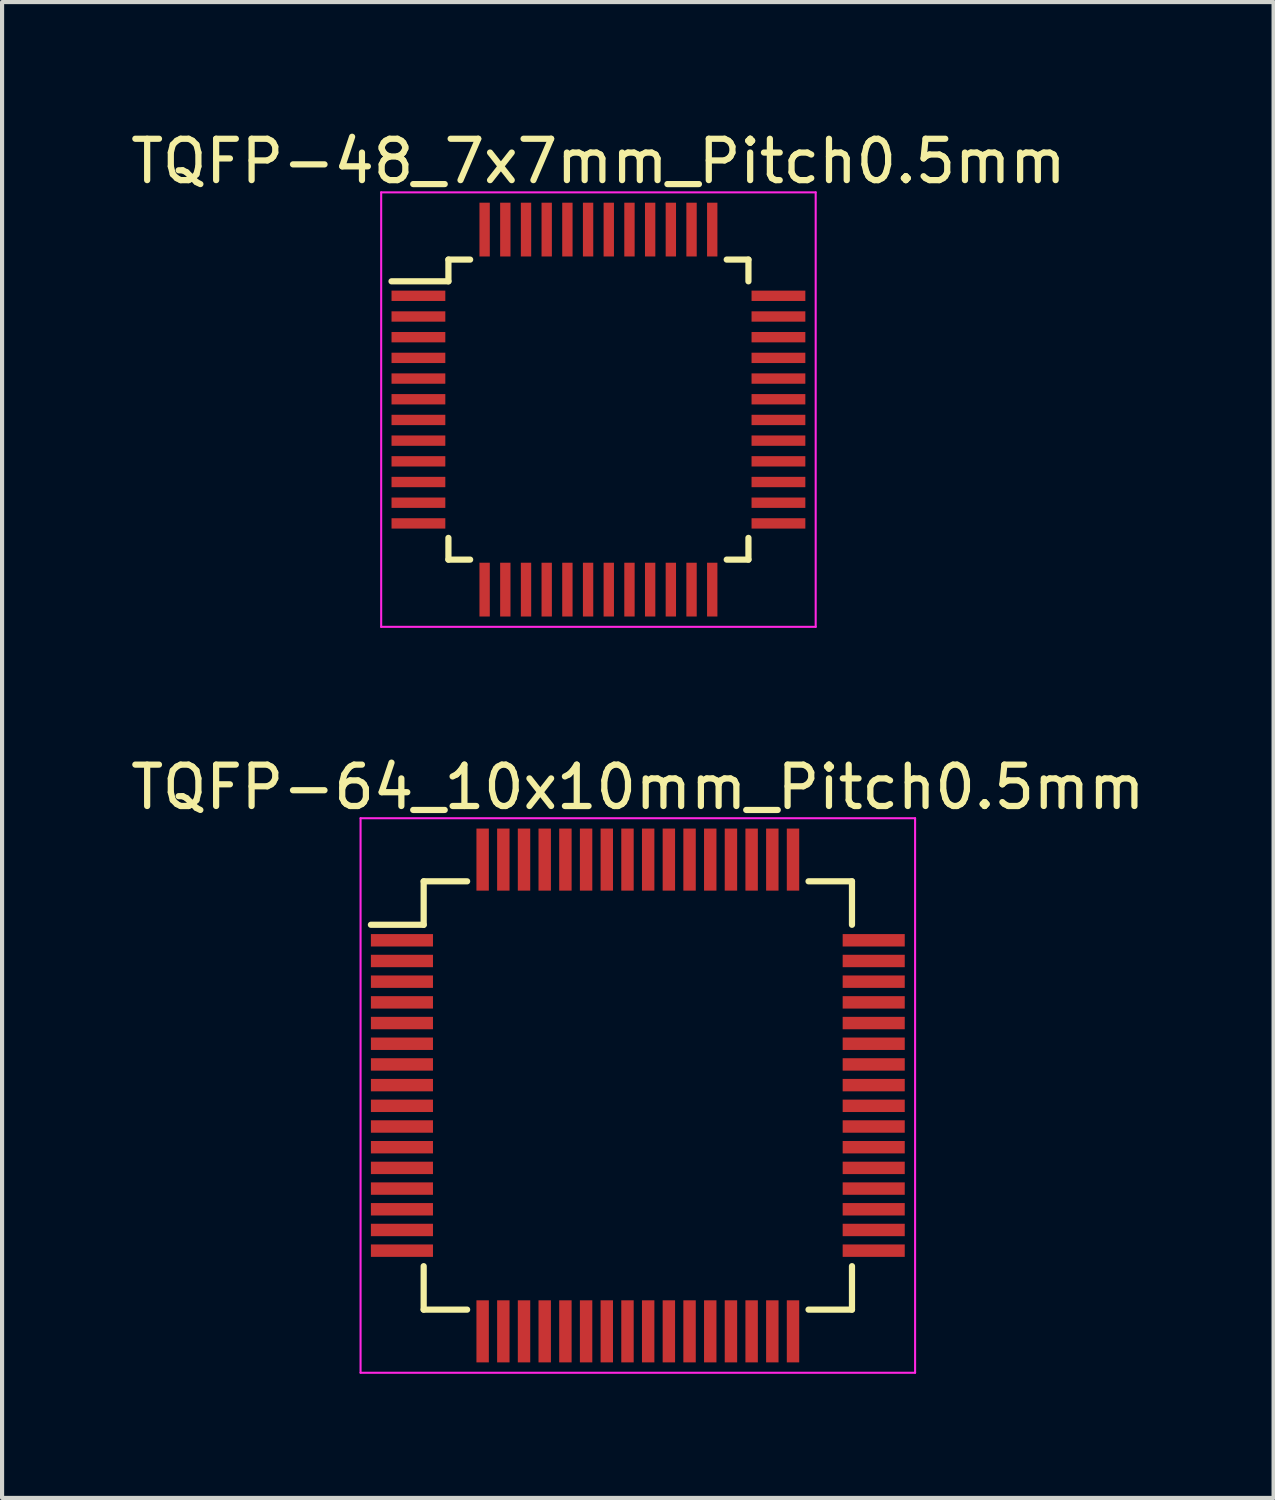
<source format=kicad_pcb>
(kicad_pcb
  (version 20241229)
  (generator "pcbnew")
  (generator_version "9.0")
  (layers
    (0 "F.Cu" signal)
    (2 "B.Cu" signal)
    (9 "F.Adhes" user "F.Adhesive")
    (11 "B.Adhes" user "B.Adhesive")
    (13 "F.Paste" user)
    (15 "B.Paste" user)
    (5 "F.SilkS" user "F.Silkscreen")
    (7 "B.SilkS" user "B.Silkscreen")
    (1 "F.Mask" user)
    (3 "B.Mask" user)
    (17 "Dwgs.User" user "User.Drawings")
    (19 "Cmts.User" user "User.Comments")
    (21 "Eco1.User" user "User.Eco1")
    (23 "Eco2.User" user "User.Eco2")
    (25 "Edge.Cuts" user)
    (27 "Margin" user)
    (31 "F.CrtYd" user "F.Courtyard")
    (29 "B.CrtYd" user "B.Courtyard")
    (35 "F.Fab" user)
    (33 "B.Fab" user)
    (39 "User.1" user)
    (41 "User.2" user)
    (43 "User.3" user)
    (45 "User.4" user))
  (footprint "TQFP-48_7x7mm_Pitch0.5mm"
    (layer "F.Cu")
    (at 11.411 6.848)
    (property "Reference" "TQFP-48_7x7mm_Pitch0.5mm" (at 0 -6 0) (layer "F.SilkS") (effects (font (size 1 1) (thickness 0.15))))
    (attr smd)
    (fp_line (start -3.625 -3.625) (end -3.625 -3.1) (stroke (width 0.15) (type solid)) (layer "F.SilkS"))
    (fp_line (start -3.625 -3.625) (end -3.1 -3.625) (stroke (width 0.15) (type solid)) (layer "F.SilkS"))
    (fp_line (start -3.625 -3.1) (end -5 -3.1) (stroke (width 0.15) (type solid)) (layer "F.SilkS"))
    (fp_line (start -3.625 3.625) (end -3.625 3.1) (stroke (width 0.15) (type solid)) (layer "F.SilkS"))
    (fp_line (start -3.625 3.625) (end -3.1 3.625) (stroke (width 0.15) (type solid)) (layer "F.SilkS"))
    (fp_line (start 3.625 -3.625) (end 3.1 -3.625) (stroke (width 0.15) (type solid)) (layer "F.SilkS"))
    (fp_line (start 3.625 -3.625) (end 3.625 -3.1) (stroke (width 0.15) (type solid)) (layer "F.SilkS"))
    (fp_line (start 3.625 3.625) (end 3.1 3.625) (stroke (width 0.15) (type solid)) (layer "F.SilkS"))
    (fp_line (start 3.625 3.625) (end 3.625 3.1) (stroke (width 0.15) (type solid)) (layer "F.SilkS"))
    (fp_line (start -5.25 -5.25) (end -5.25 5.25) (stroke (width 0.05) (type solid)) (layer "F.CrtYd"))
    (fp_line (start -5.25 -5.25) (end 5.25 -5.25) (stroke (width 0.05) (type solid)) (layer "F.CrtYd"))
    (fp_line (start -5.25 5.25) (end 5.25 5.25) (stroke (width 0.05) (type solid)) (layer "F.CrtYd"))
    (fp_line (start 5.25 -5.25) (end 5.25 5.25) (stroke (width 0.05) (type solid)) (layer "F.CrtYd"))
    (pad "1" smd rect (at -4.35 -2.75) (size 1.3 0.25) (layers "F.Cu" "F.Mask" "F.Paste"))
    (pad "2" smd rect (at -4.35 -2.25) (size 1.3 0.25) (layers "F.Cu" "F.Mask" "F.Paste"))
    (pad "3" smd rect (at -4.35 -1.75) (size 1.3 0.25) (layers "F.Cu" "F.Mask" "F.Paste"))
    (pad "4" smd rect (at -4.35 -1.25) (size 1.3 0.25) (layers "F.Cu" "F.Mask" "F.Paste"))
    (pad "5" smd rect (at -4.35 -0.75) (size 1.3 0.25) (layers "F.Cu" "F.Mask" "F.Paste"))
    (pad "6" smd rect (at -4.35 -0.25) (size 1.3 0.25) (layers "F.Cu" "F.Mask" "F.Paste"))
    (pad "7" smd rect (at -4.35 0.25) (size 1.3 0.25) (layers "F.Cu" "F.Mask" "F.Paste"))
    (pad "8" smd rect (at -4.35 0.75) (size 1.3 0.25) (layers "F.Cu" "F.Mask" "F.Paste"))
    (pad "9" smd rect (at -4.35 1.25) (size 1.3 0.25) (layers "F.Cu" "F.Mask" "F.Paste"))
    (pad "10" smd rect (at -4.35 1.75) (size 1.3 0.25) (layers "F.Cu" "F.Mask" "F.Paste"))
    (pad "11" smd rect (at -4.35 2.25) (size 1.3 0.25) (layers "F.Cu" "F.Mask" "F.Paste"))
    (pad "12" smd rect (at -4.35 2.75) (size 1.3 0.25) (layers "F.Cu" "F.Mask" "F.Paste"))
    (pad "13" smd rect (at -2.75 4.35 90) (size 1.3 0.25) (layers "F.Cu" "F.Mask" "F.Paste"))
    (pad "14" smd rect (at -2.25 4.35 90) (size 1.3 0.25) (layers "F.Cu" "F.Mask" "F.Paste"))
    (pad "15" smd rect (at -1.75 4.35 90) (size 1.3 0.25) (layers "F.Cu" "F.Mask" "F.Paste"))
    (pad "16" smd rect (at -1.25 4.35 90) (size 1.3 0.25) (layers "F.Cu" "F.Mask" "F.Paste"))
    (pad "17" smd rect (at -0.75 4.35 90) (size 1.3 0.25) (layers "F.Cu" "F.Mask" "F.Paste"))
    (pad "18" smd rect (at -0.25 4.35 90) (size 1.3 0.25) (layers "F.Cu" "F.Mask" "F.Paste"))
    (pad "19" smd rect (at 0.25 4.35 90) (size 1.3 0.25) (layers "F.Cu" "F.Mask" "F.Paste"))
    (pad "20" smd rect (at 0.75 4.35 90) (size 1.3 0.25) (layers "F.Cu" "F.Mask" "F.Paste"))
    (pad "21" smd rect (at 1.25 4.35 90) (size 1.3 0.25) (layers "F.Cu" "F.Mask" "F.Paste"))
    (pad "22" smd rect (at 1.75 4.35 90) (size 1.3 0.25) (layers "F.Cu" "F.Mask" "F.Paste"))
    (pad "23" smd rect (at 2.25 4.35 90) (size 1.3 0.25) (layers "F.Cu" "F.Mask" "F.Paste"))
    (pad "24" smd rect (at 2.75 4.35 90) (size 1.3 0.25) (layers "F.Cu" "F.Mask" "F.Paste"))
    (pad "25" smd rect (at 4.35 2.75) (size 1.3 0.25) (layers "F.Cu" "F.Mask" "F.Paste"))
    (pad "26" smd rect (at 4.35 2.25) (size 1.3 0.25) (layers "F.Cu" "F.Mask" "F.Paste"))
    (pad "27" smd rect (at 4.35 1.75) (size 1.3 0.25) (layers "F.Cu" "F.Mask" "F.Paste"))
    (pad "28" smd rect (at 4.35 1.25) (size 1.3 0.25) (layers "F.Cu" "F.Mask" "F.Paste"))
    (pad "29" smd rect (at 4.35 0.75) (size 1.3 0.25) (layers "F.Cu" "F.Mask" "F.Paste"))
    (pad "30" smd rect (at 4.35 0.25) (size 1.3 0.25) (layers "F.Cu" "F.Mask" "F.Paste"))
    (pad "31" smd rect (at 4.35 -0.25) (size 1.3 0.25) (layers "F.Cu" "F.Mask" "F.Paste"))
    (pad "32" smd rect (at 4.35 -0.75) (size 1.3 0.25) (layers "F.Cu" "F.Mask" "F.Paste"))
    (pad "33" smd rect (at 4.35 -1.25) (size 1.3 0.25) (layers "F.Cu" "F.Mask" "F.Paste"))
    (pad "34" smd rect (at 4.35 -1.75) (size 1.3 0.25) (layers "F.Cu" "F.Mask" "F.Paste"))
    (pad "35" smd rect (at 4.35 -2.25) (size 1.3 0.25) (layers "F.Cu" "F.Mask" "F.Paste"))
    (pad "36" smd rect (at 4.35 -2.75) (size 1.3 0.25) (layers "F.Cu" "F.Mask" "F.Paste"))
    (pad "37" smd rect (at 2.75 -4.35 90) (size 1.3 0.25) (layers "F.Cu" "F.Mask" "F.Paste"))
    (pad "38" smd rect (at 2.25 -4.35 90) (size 1.3 0.25) (layers "F.Cu" "F.Mask" "F.Paste"))
    (pad "39" smd rect (at 1.75 -4.35 90) (size 1.3 0.25) (layers "F.Cu" "F.Mask" "F.Paste"))
    (pad "40" smd rect (at 1.25 -4.35 90) (size 1.3 0.25) (layers "F.Cu" "F.Mask" "F.Paste"))
    (pad "41" smd rect (at 0.75 -4.35 90) (size 1.3 0.25) (layers "F.Cu" "F.Mask" "F.Paste"))
    (pad "42" smd rect (at 0.25 -4.35 90) (size 1.3 0.25) (layers "F.Cu" "F.Mask" "F.Paste"))
    (pad "43" smd rect (at -0.25 -4.35 90) (size 1.3 0.25) (layers "F.Cu" "F.Mask" "F.Paste"))
    (pad "44" smd rect (at -0.75 -4.35 90) (size 1.3 0.25) (layers "F.Cu" "F.Mask" "F.Paste"))
    (pad "45" smd rect (at -1.25 -4.35 90) (size 1.3 0.25) (layers "F.Cu" "F.Mask" "F.Paste"))
    (pad "46" smd rect (at -1.75 -4.35 90) (size 1.3 0.25) (layers "F.Cu" "F.Mask" "F.Paste"))
    (pad "47" smd rect (at -2.25 -4.35 90) (size 1.3 0.25) (layers "F.Cu" "F.Mask" "F.Paste"))
    (pad "48" smd rect (at -2.75 -4.35 90) (size 1.3 0.25) (layers "F.Cu" "F.Mask" "F.Paste")))
  (footprint "TQFP-64_10x10mm_Pitch0.5mm"
    (layer "F.Cu")
    (at 12.363 23.422)
    (property "Reference" "TQFP-64_10x10mm_Pitch0.5mm" (at 0 -7.45 0) (layer "F.SilkS") (effects (font (size 1 1) (thickness 0.15))))
    (attr smd)
    (fp_line (start -5.175 -5.175) (end -5.175 -4.125) (stroke (width 0.15) (type solid)) (layer "F.SilkS"))
    (fp_line (start -5.175 -5.175) (end -4.125 -5.175) (stroke (width 0.15) (type solid)) (layer "F.SilkS"))
    (fp_line (start -5.175 -4.125) (end -6.45 -4.125) (stroke (width 0.15) (type solid)) (layer "F.SilkS"))
    (fp_line (start -5.175 5.175) (end -5.175 4.125) (stroke (width 0.15) (type solid)) (layer "F.SilkS"))
    (fp_line (start -5.175 5.175) (end -4.125 5.175) (stroke (width 0.15) (type solid)) (layer "F.SilkS"))
    (fp_line (start 5.175 -5.175) (end 4.125 -5.175) (stroke (width 0.15) (type solid)) (layer "F.SilkS"))
    (fp_line (start 5.175 -5.175) (end 5.175 -4.125) (stroke (width 0.15) (type solid)) (layer "F.SilkS"))
    (fp_line (start 5.175 5.175) (end 4.125 5.175) (stroke (width 0.15) (type solid)) (layer "F.SilkS"))
    (fp_line (start 5.175 5.175) (end 5.175 4.125) (stroke (width 0.15) (type solid)) (layer "F.SilkS"))
    (fp_line (start -6.7 -6.7) (end -6.7 6.7) (stroke (width 0.05) (type solid)) (layer "F.CrtYd"))
    (fp_line (start -6.7 -6.7) (end 6.7 -6.7) (stroke (width 0.05) (type solid)) (layer "F.CrtYd"))
    (fp_line (start -6.7 6.7) (end 6.7 6.7) (stroke (width 0.05) (type solid)) (layer "F.CrtYd"))
    (fp_line (start 6.7 -6.7) (end 6.7 6.7) (stroke (width 0.05) (type solid)) (layer "F.CrtYd"))
    (pad "1" smd rect (at -5.7 -3.75) (size 1.5 0.3) (layers "F.Cu" "F.Mask" "F.Paste"))
    (pad "2" smd rect (at -5.7 -3.25) (size 1.5 0.3) (layers "F.Cu" "F.Mask" "F.Paste"))
    (pad "3" smd rect (at -5.7 -2.75) (size 1.5 0.3) (layers "F.Cu" "F.Mask" "F.Paste"))
    (pad "4" smd rect (at -5.7 -2.25) (size 1.5 0.3) (layers "F.Cu" "F.Mask" "F.Paste"))
    (pad "5" smd rect (at -5.7 -1.75) (size 1.5 0.3) (layers "F.Cu" "F.Mask" "F.Paste"))
    (pad "6" smd rect (at -5.7 -1.25) (size 1.5 0.3) (layers "F.Cu" "F.Mask" "F.Paste"))
    (pad "7" smd rect (at -5.7 -0.75) (size 1.5 0.3) (layers "F.Cu" "F.Mask" "F.Paste"))
    (pad "8" smd rect (at -5.7 -0.25) (size 1.5 0.3) (layers "F.Cu" "F.Mask" "F.Paste"))
    (pad "9" smd rect (at -5.7 0.25) (size 1.5 0.3) (layers "F.Cu" "F.Mask" "F.Paste"))
    (pad "10" smd rect (at -5.7 0.75) (size 1.5 0.3) (layers "F.Cu" "F.Mask" "F.Paste"))
    (pad "11" smd rect (at -5.7 1.25) (size 1.5 0.3) (layers "F.Cu" "F.Mask" "F.Paste"))
    (pad "12" smd rect (at -5.7 1.75) (size 1.5 0.3) (layers "F.Cu" "F.Mask" "F.Paste"))
    (pad "13" smd rect (at -5.7 2.25) (size 1.5 0.3) (layers "F.Cu" "F.Mask" "F.Paste"))
    (pad "14" smd rect (at -5.7 2.75) (size 1.5 0.3) (layers "F.Cu" "F.Mask" "F.Paste"))
    (pad "15" smd rect (at -5.7 3.25) (size 1.5 0.3) (layers "F.Cu" "F.Mask" "F.Paste"))
    (pad "16" smd rect (at -5.7 3.75) (size 1.5 0.3) (layers "F.Cu" "F.Mask" "F.Paste"))
    (pad "17" smd rect (at -3.75 5.7 90) (size 1.5 0.3) (layers "F.Cu" "F.Mask" "F.Paste"))
    (pad "18" smd rect (at -3.25 5.7 90) (size 1.5 0.3) (layers "F.Cu" "F.Mask" "F.Paste"))
    (pad "19" smd rect (at -2.75 5.7 90) (size 1.5 0.3) (layers "F.Cu" "F.Mask" "F.Paste"))
    (pad "20" smd rect (at -2.25 5.7 90) (size 1.5 0.3) (layers "F.Cu" "F.Mask" "F.Paste"))
    (pad "21" smd rect (at -1.75 5.7 90) (size 1.5 0.3) (layers "F.Cu" "F.Mask" "F.Paste"))
    (pad "22" smd rect (at -1.25 5.7 90) (size 1.5 0.3) (layers "F.Cu" "F.Mask" "F.Paste"))
    (pad "23" smd rect (at -0.75 5.7 90) (size 1.5 0.3) (layers "F.Cu" "F.Mask" "F.Paste"))
    (pad "24" smd rect (at -0.25 5.7 90) (size 1.5 0.3) (layers "F.Cu" "F.Mask" "F.Paste"))
    (pad "25" smd rect (at 0.25 5.7 90) (size 1.5 0.3) (layers "F.Cu" "F.Mask" "F.Paste"))
    (pad "26" smd rect (at 0.75 5.7 90) (size 1.5 0.3) (layers "F.Cu" "F.Mask" "F.Paste"))
    (pad "27" smd rect (at 1.25 5.7 90) (size 1.5 0.3) (layers "F.Cu" "F.Mask" "F.Paste"))
    (pad "28" smd rect (at 1.75 5.7 90) (size 1.5 0.3) (layers "F.Cu" "F.Mask" "F.Paste"))
    (pad "29" smd rect (at 2.25 5.7 90) (size 1.5 0.3) (layers "F.Cu" "F.Mask" "F.Paste"))
    (pad "30" smd rect (at 2.75 5.7 90) (size 1.5 0.3) (layers "F.Cu" "F.Mask" "F.Paste"))
    (pad "31" smd rect (at 3.25 5.7 90) (size 1.5 0.3) (layers "F.Cu" "F.Mask" "F.Paste"))
    (pad "32" smd rect (at 3.75 5.7 90) (size 1.5 0.3) (layers "F.Cu" "F.Mask" "F.Paste"))
    (pad "33" smd rect (at 5.7 3.75) (size 1.5 0.3) (layers "F.Cu" "F.Mask" "F.Paste"))
    (pad "34" smd rect (at 5.7 3.25) (size 1.5 0.3) (layers "F.Cu" "F.Mask" "F.Paste"))
    (pad "35" smd rect (at 5.7 2.75) (size 1.5 0.3) (layers "F.Cu" "F.Mask" "F.Paste"))
    (pad "36" smd rect (at 5.7 2.25) (size 1.5 0.3) (layers "F.Cu" "F.Mask" "F.Paste"))
    (pad "37" smd rect (at 5.7 1.75) (size 1.5 0.3) (layers "F.Cu" "F.Mask" "F.Paste"))
    (pad "38" smd rect (at 5.7 1.25) (size 1.5 0.3) (layers "F.Cu" "F.Mask" "F.Paste"))
    (pad "39" smd rect (at 5.7 0.75) (size 1.5 0.3) (layers "F.Cu" "F.Mask" "F.Paste"))
    (pad "40" smd rect (at 5.7 0.25) (size 1.5 0.3) (layers "F.Cu" "F.Mask" "F.Paste"))
    (pad "41" smd rect (at 5.7 -0.25) (size 1.5 0.3) (layers "F.Cu" "F.Mask" "F.Paste"))
    (pad "42" smd rect (at 5.7 -0.75) (size 1.5 0.3) (layers "F.Cu" "F.Mask" "F.Paste"))
    (pad "43" smd rect (at 5.7 -1.25) (size 1.5 0.3) (layers "F.Cu" "F.Mask" "F.Paste"))
    (pad "44" smd rect (at 5.7 -1.75) (size 1.5 0.3) (layers "F.Cu" "F.Mask" "F.Paste"))
    (pad "45" smd rect (at 5.7 -2.25) (size 1.5 0.3) (layers "F.Cu" "F.Mask" "F.Paste"))
    (pad "46" smd rect (at 5.7 -2.75) (size 1.5 0.3) (layers "F.Cu" "F.Mask" "F.Paste"))
    (pad "47" smd rect (at 5.7 -3.25) (size 1.5 0.3) (layers "F.Cu" "F.Mask" "F.Paste"))
    (pad "48" smd rect (at 5.7 -3.75) (size 1.5 0.3) (layers "F.Cu" "F.Mask" "F.Paste"))
    (pad "49" smd rect (at 3.75 -5.7 90) (size 1.5 0.3) (layers "F.Cu" "F.Mask" "F.Paste"))
    (pad "50" smd rect (at 3.25 -5.7 90) (size 1.5 0.3) (layers "F.Cu" "F.Mask" "F.Paste"))
    (pad "51" smd rect (at 2.75 -5.7 90) (size 1.5 0.3) (layers "F.Cu" "F.Mask" "F.Paste"))
    (pad "52" smd rect (at 2.25 -5.7 90) (size 1.5 0.3) (layers "F.Cu" "F.Mask" "F.Paste"))
    (pad "53" smd rect (at 1.75 -5.7 90) (size 1.5 0.3) (layers "F.Cu" "F.Mask" "F.Paste"))
    (pad "54" smd rect (at 1.25 -5.7 90) (size 1.5 0.3) (layers "F.Cu" "F.Mask" "F.Paste"))
    (pad "55" smd rect (at 0.75 -5.7 90) (size 1.5 0.3) (layers "F.Cu" "F.Mask" "F.Paste"))
    (pad "56" smd rect (at 0.25 -5.7 90) (size 1.5 0.3) (layers "F.Cu" "F.Mask" "F.Paste"))
    (pad "57" smd rect (at -0.25 -5.7 90) (size 1.5 0.3) (layers "F.Cu" "F.Mask" "F.Paste"))
    (pad "58" smd rect (at -0.75 -5.7 90) (size 1.5 0.3) (layers "F.Cu" "F.Mask" "F.Paste"))
    (pad "59" smd rect (at -1.25 -5.7 90) (size 1.5 0.3) (layers "F.Cu" "F.Mask" "F.Paste"))
    (pad "60" smd rect (at -1.75 -5.7 90) (size 1.5 0.3) (layers "F.Cu" "F.Mask" "F.Paste"))
    (pad "61" smd rect (at -2.25 -5.7 90) (size 1.5 0.3) (layers "F.Cu" "F.Mask" "F.Paste"))
    (pad "62" smd rect (at -2.75 -5.7 90) (size 1.5 0.3) (layers "F.Cu" "F.Mask" "F.Paste"))
    (pad "63" smd rect (at -3.25 -5.7 90) (size 1.5 0.3) (layers "F.Cu" "F.Mask" "F.Paste"))
    (pad "64" smd rect (at -3.75 -5.7 90) (size 1.5 0.3) (layers "F.Cu" "F.Mask" "F.Paste")))
  (gr_rect
    (start -3 -3)
    (end 27.726 33.147)
    (stroke (width 0.1) (type default))
    (fill no)
    (layer "Edge.Cuts")))
</source>
